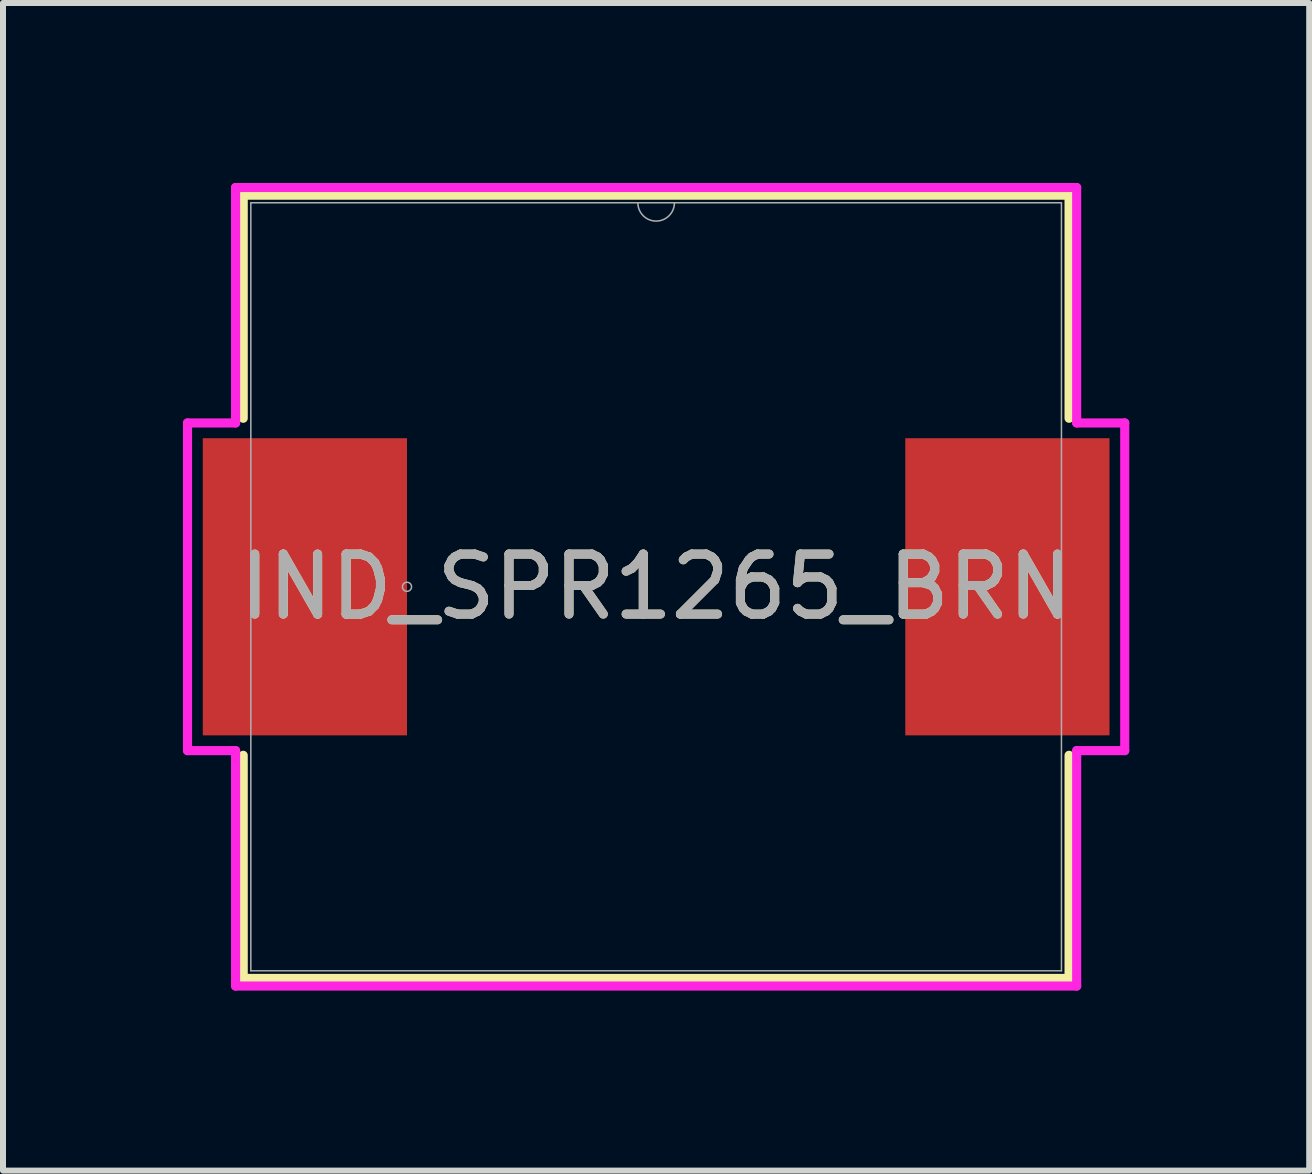
<source format=kicad_pcb>
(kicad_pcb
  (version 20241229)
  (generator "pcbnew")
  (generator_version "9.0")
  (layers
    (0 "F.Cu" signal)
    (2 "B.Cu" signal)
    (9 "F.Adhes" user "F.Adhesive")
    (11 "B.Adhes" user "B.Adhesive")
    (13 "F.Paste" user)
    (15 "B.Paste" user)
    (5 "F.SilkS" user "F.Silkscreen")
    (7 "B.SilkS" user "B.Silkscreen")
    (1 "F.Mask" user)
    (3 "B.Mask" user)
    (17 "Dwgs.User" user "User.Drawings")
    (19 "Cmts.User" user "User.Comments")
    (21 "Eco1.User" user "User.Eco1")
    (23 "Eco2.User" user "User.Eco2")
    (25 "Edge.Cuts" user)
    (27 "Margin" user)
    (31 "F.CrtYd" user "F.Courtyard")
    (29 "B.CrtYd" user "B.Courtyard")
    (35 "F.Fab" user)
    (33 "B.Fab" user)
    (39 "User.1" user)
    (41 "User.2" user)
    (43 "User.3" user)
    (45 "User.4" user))
  (footprint "IND_SPR1265_BRN"
    (layer "F.Cu")
    (at 7.887 6.731)
    (property "Reference" "IND_SPR1265_BRN" (at 0 0 0) (unlocked yes) (layer "F.SilkS") (effects (font (size 1 1) (thickness 0.15))))
    (attr smd)
    (fp_line (start -6.883 -6.528) (end -6.883 -2.809) (stroke (width 0.152) (type solid)) (layer "F.SilkS"))
    (fp_line (start -6.883 2.809) (end -6.883 6.528) (stroke (width 0.152) (type solid)) (layer "F.SilkS"))
    (fp_line (start -6.883 6.528) (end 6.883 6.528) (stroke (width 0.152) (type solid)) (layer "F.SilkS"))
    (fp_line (start 6.883 -6.528) (end -6.883 -6.528) (stroke (width 0.152) (type solid)) (layer "F.SilkS"))
    (fp_line (start 6.883 -2.809) (end 6.883 -6.528) (stroke (width 0.152) (type solid)) (layer "F.SilkS"))
    (fp_line (start 6.883 6.528) (end 6.883 2.809) (stroke (width 0.152) (type solid)) (layer "F.SilkS"))
    (fp_line (start -7.811 -2.731) (end -7.01 -2.731) (stroke (width 0.152) (type solid)) (layer "F.CrtYd"))
    (fp_line (start -7.811 2.731) (end -7.811 -2.731) (stroke (width 0.152) (type solid)) (layer "F.CrtYd"))
    (fp_line (start -7.811 2.731) (end -7.01 2.731) (stroke (width 0.152) (type solid)) (layer "F.CrtYd"))
    (fp_line (start -7.01 -6.655) (end 7.01 -6.655) (stroke (width 0.152) (type solid)) (layer "F.CrtYd"))
    (fp_line (start -7.01 -2.731) (end -7.01 -6.655) (stroke (width 0.152) (type solid)) (layer "F.CrtYd"))
    (fp_line (start -7.01 6.655) (end -7.01 2.731) (stroke (width 0.152) (type solid)) (layer "F.CrtYd"))
    (fp_line (start 7.01 -6.655) (end 7.01 -2.731) (stroke (width 0.152) (type solid)) (layer "F.CrtYd"))
    (fp_line (start 7.01 2.731) (end 7.01 6.655) (stroke (width 0.152) (type solid)) (layer "F.CrtYd"))
    (fp_line (start 7.01 6.655) (end -7.01 6.655) (stroke (width 0.152) (type solid)) (layer "F.CrtYd"))
    (fp_line (start 7.811 -2.731) (end 7.01 -2.731) (stroke (width 0.152) (type solid)) (layer "F.CrtYd"))
    (fp_line (start 7.811 -2.731) (end 7.811 2.731) (stroke (width 0.152) (type solid)) (layer "F.CrtYd"))
    (fp_line (start 7.811 2.731) (end 7.01 2.731) (stroke (width 0.152) (type solid)) (layer "F.CrtYd"))
    (fp_line (start -6.756 -6.401) (end -6.756 6.401) (stroke (width 0.025) (type solid)) (layer "F.Fab"))
    (fp_line (start -6.756 6.401) (end 6.756 6.401) (stroke (width 0.025) (type solid)) (layer "F.Fab"))
    (fp_line (start 6.756 -6.401) (end -6.756 -6.401) (stroke (width 0.025) (type solid)) (layer "F.Fab"))
    (fp_line (start 6.756 6.401) (end 6.756 -6.401) (stroke (width 0.025) (type solid)) (layer "F.Fab"))
    (fp_arc (start 0.3048 -6.4008) (mid 0 -6.096) (end -0.3048 -6.4008) (stroke (width 0.0254) (type solid)) (layer "F.Fab"))
    (fp_circle (center -4.153 0) (end -4.077 0) (stroke (width 0.025) (type solid)) (fill no) (layer "F.Fab"))
    (fp_text user "${REFERENCE}" (at 0 0 0) (unlocked yes) (layer "F.Fab") (effects (font (size 1 1) (thickness 0.15))))
    (pad "1" smd rect (at -5.855 0) (size 3.404 4.953) (layers "F.Cu" "F.Mask" "F.Paste"))
    (pad "2" smd rect (at 5.855 0) (size 3.404 4.953) (layers "F.Cu" "F.Mask" "F.Paste")))
  (gr_rect
    (start -3 -3)
    (end 18.773 16.462)
    (stroke (width 0.1) (type default))
    (fill no)
    (layer "Edge.Cuts")))
</source>
